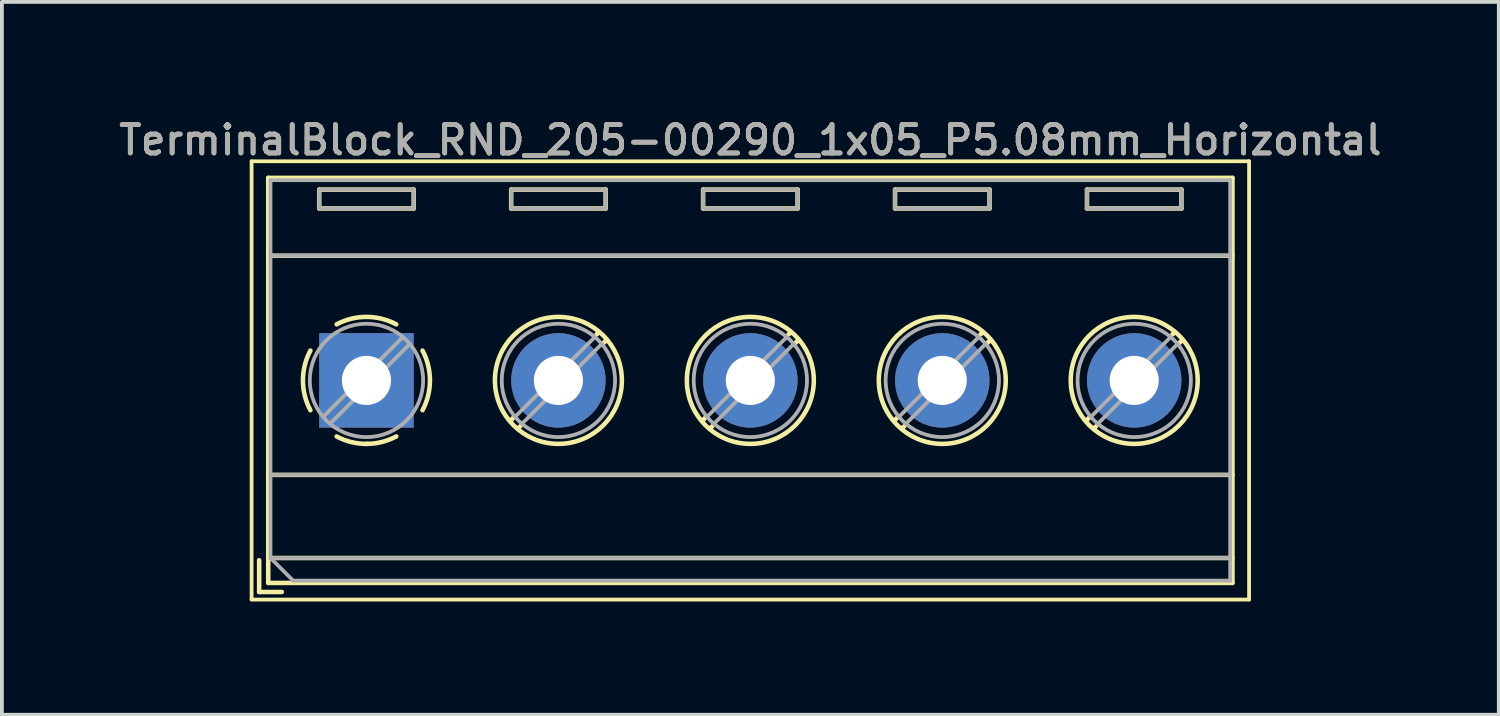
<source format=kicad_pcb>
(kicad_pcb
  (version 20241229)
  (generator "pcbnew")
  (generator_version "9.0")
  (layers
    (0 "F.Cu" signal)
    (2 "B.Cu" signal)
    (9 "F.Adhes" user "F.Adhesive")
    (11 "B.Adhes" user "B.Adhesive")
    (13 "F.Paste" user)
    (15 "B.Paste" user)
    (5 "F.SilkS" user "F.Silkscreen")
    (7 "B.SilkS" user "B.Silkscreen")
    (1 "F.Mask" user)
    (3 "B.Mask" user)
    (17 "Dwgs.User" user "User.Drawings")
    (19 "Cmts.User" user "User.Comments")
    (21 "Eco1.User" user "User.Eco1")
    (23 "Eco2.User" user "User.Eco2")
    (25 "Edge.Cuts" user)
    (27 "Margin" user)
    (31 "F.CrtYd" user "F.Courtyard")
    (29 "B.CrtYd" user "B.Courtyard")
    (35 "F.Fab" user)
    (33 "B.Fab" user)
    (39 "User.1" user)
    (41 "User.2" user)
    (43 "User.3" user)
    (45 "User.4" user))
  (footprint "TerminalBlock_RND_205-00290_1x05_P5.08mm_Horizontal"
    (layer "F.Cu")
    (at 6.649 7.018)
    (property "Reference" "TerminalBlock_RND_205-00290_1x05_P5.08mm_Horizontal" (at 10.16 -6.36 0) (layer "F.SilkS") (effects (font (size 0.75 0.75) (thickness 0.125))))
    (attr through_hole)
    (fp_line (start -3.04 -5.8) (end -3.04 5.8) (stroke (width 0.1) (type solid)) (layer "F.SilkS"))
    (fp_line (start -3.04 5.8) (end 23.36 5.8) (stroke (width 0.1) (type solid)) (layer "F.SilkS"))
    (fp_line (start -2.84 4.76) (end -2.84 5.6) (stroke (width 0.12) (type solid)) (layer "F.SilkS"))
    (fp_line (start -2.84 5.6) (end -2.24 5.6) (stroke (width 0.12) (type solid)) (layer "F.SilkS"))
    (fp_line (start -2.6 -5.36) (end -2.6 5.36) (stroke (width 0.12) (type solid)) (layer "F.SilkS"))
    (fp_line (start -2.6 -5.36) (end 22.92 -5.36) (stroke (width 0.12) (type solid)) (layer "F.SilkS"))
    (fp_line (start -2.6 -3.3) (end 22.92 -3.3) (stroke (width 0.12) (type solid)) (layer "F.SilkS"))
    (fp_line (start -2.6 2.5) (end 22.92 2.5) (stroke (width 0.12) (type solid)) (layer "F.SilkS"))
    (fp_line (start -2.6 4.7) (end 22.92 4.7) (stroke (width 0.12) (type solid)) (layer "F.SilkS"))
    (fp_line (start -2.6 5.36) (end 22.92 5.36) (stroke (width 0.12) (type solid)) (layer "F.SilkS"))
    (fp_line (start -1.25 -5.05) (end -1.25 -4.55) (stroke (width 0.12) (type solid)) (layer "F.SilkS"))
    (fp_line (start -1.25 -5.05) (end 1.25 -5.05) (stroke (width 0.12) (type solid)) (layer "F.SilkS"))
    (fp_line (start -1.25 -4.55) (end 1.25 -4.55) (stroke (width 0.12) (type solid)) (layer "F.SilkS"))
    (fp_line (start 1.25 -5.05) (end 1.25 -4.55) (stroke (width 0.12) (type solid)) (layer "F.SilkS"))
    (fp_line (start 3.83 -5.05) (end 3.83 -4.55) (stroke (width 0.12) (type solid)) (layer "F.SilkS"))
    (fp_line (start 3.83 -5.05) (end 6.33 -5.05) (stroke (width 0.12) (type solid)) (layer "F.SilkS"))
    (fp_line (start 3.83 -4.55) (end 6.33 -4.55) (stroke (width 0.12) (type solid)) (layer "F.SilkS"))
    (fp_line (start 3.9 0.976) (end 3.806 1.069) (stroke (width 0.12) (type solid)) (layer "F.SilkS"))
    (fp_line (start 4.07 1.216) (end 4.011 1.274) (stroke (width 0.12) (type solid)) (layer "F.SilkS"))
    (fp_line (start 6.15 -1.275) (end 6.091 -1.216) (stroke (width 0.12) (type solid)) (layer "F.SilkS"))
    (fp_line (start 6.33 -5.05) (end 6.33 -4.55) (stroke (width 0.12) (type solid)) (layer "F.SilkS"))
    (fp_line (start 6.355 -1.069) (end 6.261 -0.976) (stroke (width 0.12) (type solid)) (layer "F.SilkS"))
    (fp_line (start 8.91 -5.05) (end 8.91 -4.55) (stroke (width 0.12) (type solid)) (layer "F.SilkS"))
    (fp_line (start 8.91 -5.05) (end 11.41 -5.05) (stroke (width 0.12) (type solid)) (layer "F.SilkS"))
    (fp_line (start 8.91 -4.55) (end 11.41 -4.55) (stroke (width 0.12) (type solid)) (layer "F.SilkS"))
    (fp_line (start 8.98 0.976) (end 8.886 1.069) (stroke (width 0.12) (type solid)) (layer "F.SilkS"))
    (fp_line (start 9.15 1.216) (end 9.091 1.274) (stroke (width 0.12) (type solid)) (layer "F.SilkS"))
    (fp_line (start 11.23 -1.275) (end 11.171 -1.216) (stroke (width 0.12) (type solid)) (layer "F.SilkS"))
    (fp_line (start 11.41 -5.05) (end 11.41 -4.55) (stroke (width 0.12) (type solid)) (layer "F.SilkS"))
    (fp_line (start 11.435 -1.069) (end 11.341 -0.976) (stroke (width 0.12) (type solid)) (layer "F.SilkS"))
    (fp_line (start 13.99 -5.05) (end 13.99 -4.55) (stroke (width 0.12) (type solid)) (layer "F.SilkS"))
    (fp_line (start 13.99 -5.05) (end 16.49 -5.05) (stroke (width 0.12) (type solid)) (layer "F.SilkS"))
    (fp_line (start 13.99 -4.55) (end 16.49 -4.55) (stroke (width 0.12) (type solid)) (layer "F.SilkS"))
    (fp_line (start 14.06 0.976) (end 13.966 1.069) (stroke (width 0.12) (type solid)) (layer "F.SilkS"))
    (fp_line (start 14.23 1.216) (end 14.171 1.274) (stroke (width 0.12) (type solid)) (layer "F.SilkS"))
    (fp_line (start 16.31 -1.275) (end 16.251 -1.216) (stroke (width 0.12) (type solid)) (layer "F.SilkS"))
    (fp_line (start 16.49 -5.05) (end 16.49 -4.55) (stroke (width 0.12) (type solid)) (layer "F.SilkS"))
    (fp_line (start 16.515 -1.069) (end 16.421 -0.976) (stroke (width 0.12) (type solid)) (layer "F.SilkS"))
    (fp_line (start 19.07 -5.05) (end 19.07 -4.55) (stroke (width 0.12) (type solid)) (layer "F.SilkS"))
    (fp_line (start 19.07 -5.05) (end 21.57 -5.05) (stroke (width 0.12) (type solid)) (layer "F.SilkS"))
    (fp_line (start 19.07 -4.55) (end 21.57 -4.55) (stroke (width 0.12) (type solid)) (layer "F.SilkS"))
    (fp_line (start 19.14 0.976) (end 19.046 1.069) (stroke (width 0.12) (type solid)) (layer "F.SilkS"))
    (fp_line (start 19.31 1.216) (end 19.251 1.274) (stroke (width 0.12) (type solid)) (layer "F.SilkS"))
    (fp_line (start 21.39 -1.275) (end 21.331 -1.216) (stroke (width 0.12) (type solid)) (layer "F.SilkS"))
    (fp_line (start 21.57 -5.05) (end 21.57 -4.55) (stroke (width 0.12) (type solid)) (layer "F.SilkS"))
    (fp_line (start 21.595 -1.069) (end 21.501 -0.976) (stroke (width 0.12) (type solid)) (layer "F.SilkS"))
    (fp_line (start 22.92 -5.36) (end 22.92 5.36) (stroke (width 0.12) (type solid)) (layer "F.SilkS"))
    (fp_line (start 23.36 -5.8) (end -3.04 -5.8) (stroke (width 0.1) (type solid)) (layer "F.SilkS"))
    (fp_line (start 23.36 5.8) (end 23.36 -5.8) (stroke (width 0.1) (type solid)) (layer "F.SilkS"))
    (fp_arc (start -1.483953 0.789089) (mid -1.680708 0.00005) (end -1.484 -0.789) (stroke (width 0.12) (type solid)) (layer "F.SilkS"))
    (fp_arc (start -0.789089 -1.483953) (mid -0.00005 -1.680708) (end 0.789 -1.484) (stroke (width 0.12) (type solid)) (layer "F.SilkS"))
    (fp_arc (start 0.029383 1.68045) (mid -0.392304 1.634281) (end -0.789 1.484) (stroke (width 0.12) (type solid)) (layer "F.SilkS"))
    (fp_arc (start 0.788712 1.483352) (mid 0.406429 1.630097) (end 0 1.68) (stroke (width 0.12) (type solid)) (layer "F.SilkS"))
    (fp_arc (start 1.483953 -0.789089) (mid 1.680708 -0.00005) (end 1.484 0.789) (stroke (width 0.12) (type solid)) (layer "F.SilkS"))
    (fp_circle (center 5.08 0) (end 6.76 0) (stroke (width 0.12) (type solid)) (fill no) (layer "F.SilkS"))
    (fp_circle (center 10.16 0) (end 11.84 0) (stroke (width 0.12) (type solid)) (fill no) (layer "F.SilkS"))
    (fp_circle (center 15.24 0) (end 16.92 0) (stroke (width 0.12) (type solid)) (fill no) (layer "F.SilkS"))
    (fp_circle (center 20.32 0) (end 22 0) (stroke (width 0.12) (type solid)) (fill no) (layer "F.SilkS"))
    (fp_line (start -2.54 -5.3) (end 22.86 -5.3) (stroke (width 0.1) (type solid)) (layer "F.Fab"))
    (fp_line (start -2.54 -3.3) (end 22.86 -3.3) (stroke (width 0.1) (type solid)) (layer "F.Fab"))
    (fp_line (start -2.54 2.5) (end 22.86 2.5) (stroke (width 0.1) (type solid)) (layer "F.Fab"))
    (fp_line (start -2.54 4.7) (end -2.54 -5.3) (stroke (width 0.1) (type solid)) (layer "F.Fab"))
    (fp_line (start -2.54 4.7) (end 22.86 4.7) (stroke (width 0.1) (type solid)) (layer "F.Fab"))
    (fp_line (start -1.94 5.3) (end -2.54 4.7) (stroke (width 0.1) (type solid)) (layer "F.Fab"))
    (fp_line (start -1.25 -5.05) (end -1.25 -4.55) (stroke (width 0.1) (type solid)) (layer "F.Fab"))
    (fp_line (start -1.25 -4.55) (end 1.25 -4.55) (stroke (width 0.1) (type solid)) (layer "F.Fab"))
    (fp_line (start 0.955 -1.138) (end -1.138 0.955) (stroke (width 0.1) (type solid)) (layer "F.Fab"))
    (fp_line (start 1.138 -0.955) (end -0.955 1.138) (stroke (width 0.1) (type solid)) (layer "F.Fab"))
    (fp_line (start 1.25 -5.05) (end -1.25 -5.05) (stroke (width 0.1) (type solid)) (layer "F.Fab"))
    (fp_line (start 1.25 -4.55) (end 1.25 -5.05) (stroke (width 0.1) (type solid)) (layer "F.Fab"))
    (fp_line (start 3.83 -5.05) (end 3.83 -4.55) (stroke (width 0.1) (type solid)) (layer "F.Fab"))
    (fp_line (start 3.83 -4.55) (end 6.33 -4.55) (stroke (width 0.1) (type solid)) (layer "F.Fab"))
    (fp_line (start 6.035 -1.138) (end 3.943 0.955) (stroke (width 0.1) (type solid)) (layer "F.Fab"))
    (fp_line (start 6.218 -0.955) (end 4.126 1.138) (stroke (width 0.1) (type solid)) (layer "F.Fab"))
    (fp_line (start 6.33 -5.05) (end 3.83 -5.05) (stroke (width 0.1) (type solid)) (layer "F.Fab"))
    (fp_line (start 6.33 -4.55) (end 6.33 -5.05) (stroke (width 0.1) (type solid)) (layer "F.Fab"))
    (fp_line (start 8.91 -5.05) (end 8.91 -4.55) (stroke (width 0.1) (type solid)) (layer "F.Fab"))
    (fp_line (start 8.91 -4.55) (end 11.41 -4.55) (stroke (width 0.1) (type solid)) (layer "F.Fab"))
    (fp_line (start 11.115 -1.138) (end 9.023 0.955) (stroke (width 0.1) (type solid)) (layer "F.Fab"))
    (fp_line (start 11.298 -0.955) (end 9.206 1.138) (stroke (width 0.1) (type solid)) (layer "F.Fab"))
    (fp_line (start 11.41 -5.05) (end 8.91 -5.05) (stroke (width 0.1) (type solid)) (layer "F.Fab"))
    (fp_line (start 11.41 -4.55) (end 11.41 -5.05) (stroke (width 0.1) (type solid)) (layer "F.Fab"))
    (fp_line (start 13.99 -5.05) (end 13.99 -4.55) (stroke (width 0.1) (type solid)) (layer "F.Fab"))
    (fp_line (start 13.99 -4.55) (end 16.49 -4.55) (stroke (width 0.1) (type solid)) (layer "F.Fab"))
    (fp_line (start 16.195 -1.138) (end 14.103 0.955) (stroke (width 0.1) (type solid)) (layer "F.Fab"))
    (fp_line (start 16.378 -0.955) (end 14.286 1.138) (stroke (width 0.1) (type solid)) (layer "F.Fab"))
    (fp_line (start 16.49 -5.05) (end 13.99 -5.05) (stroke (width 0.1) (type solid)) (layer "F.Fab"))
    (fp_line (start 16.49 -4.55) (end 16.49 -5.05) (stroke (width 0.1) (type solid)) (layer "F.Fab"))
    (fp_line (start 19.07 -5.05) (end 19.07 -4.55) (stroke (width 0.1) (type solid)) (layer "F.Fab"))
    (fp_line (start 19.07 -4.55) (end 21.57 -4.55) (stroke (width 0.1) (type solid)) (layer "F.Fab"))
    (fp_line (start 21.275 -1.138) (end 19.183 0.955) (stroke (width 0.1) (type solid)) (layer "F.Fab"))
    (fp_line (start 21.458 -0.955) (end 19.366 1.138) (stroke (width 0.1) (type solid)) (layer "F.Fab"))
    (fp_line (start 21.57 -5.05) (end 19.07 -5.05) (stroke (width 0.1) (type solid)) (layer "F.Fab"))
    (fp_line (start 21.57 -4.55) (end 21.57 -5.05) (stroke (width 0.1) (type solid)) (layer "F.Fab"))
    (fp_line (start 22.86 -5.3) (end 22.86 5.3) (stroke (width 0.1) (type solid)) (layer "F.Fab"))
    (fp_line (start 22.86 5.3) (end -1.94 5.3) (stroke (width 0.1) (type solid)) (layer "F.Fab"))
    (fp_circle (center 0 0) (end 1.5 0) (stroke (width 0.1) (type solid)) (fill no) (layer "F.Fab"))
    (fp_circle (center 5.08 0) (end 6.58 0) (stroke (width 0.1) (type solid)) (fill no) (layer "F.Fab"))
    (fp_circle (center 10.16 0) (end 11.66 0) (stroke (width 0.1) (type solid)) (fill no) (layer "F.Fab"))
    (fp_circle (center 15.24 0) (end 16.74 0) (stroke (width 0.1) (type solid)) (fill no) (layer "F.Fab"))
    (fp_circle (center 20.32 0) (end 21.82 0) (stroke (width 0.1) (type solid)) (fill no) (layer "F.Fab"))
    (fp_text user "${REFERENCE}" (at 10.16 -6.36 0) (layer "F.Fab") (effects (font (size 0.75 0.75) (thickness 0.125))))
    (pad "1" thru_hole rect (at 0 0) (size 2.5 2.5) (drill 1.3) (layers "*.Cu" "*.Mask"))
    (pad "2" thru_hole circle (at 5.08 0) (size 2.5 2.5) (drill 1.3) (layers "*.Cu" "*.Mask"))
    (pad "3" thru_hole circle (at 10.16 0) (size 2.5 2.5) (drill 1.3) (layers "*.Cu" "*.Mask"))
    (pad "4" thru_hole circle (at 15.24 0) (size 2.5 2.5) (drill 1.3) (layers "*.Cu" "*.Mask"))
    (pad "5" thru_hole circle (at 20.32 0) (size 2.5 2.5) (drill 1.3) (layers "*.Cu" "*.Mask")))
  (gr_rect
    (start -3 -3)
    (end 36.618 15.868)
    (stroke (width 0.1) (type default))
    (fill no)
    (layer "Edge.Cuts")))
</source>
